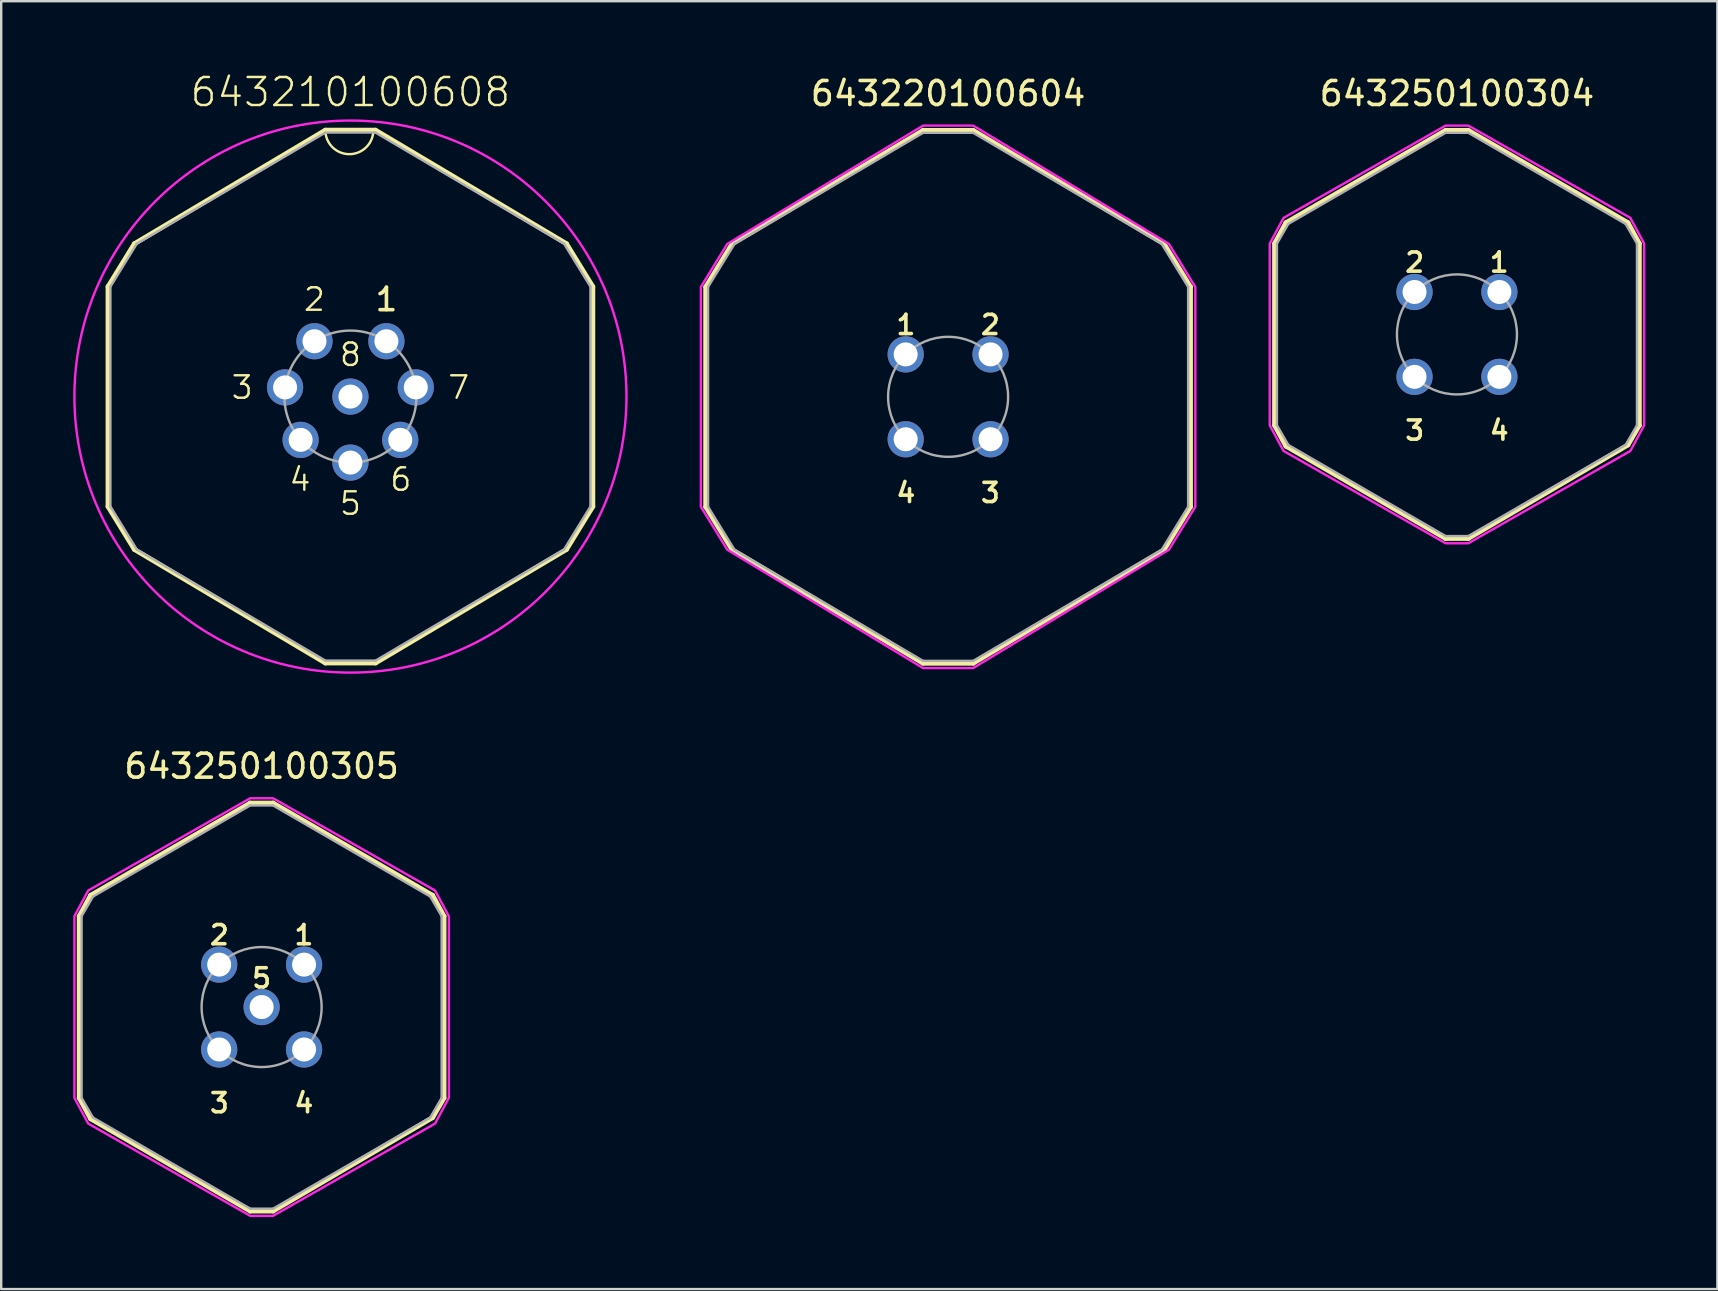
<source format=kicad_pcb>
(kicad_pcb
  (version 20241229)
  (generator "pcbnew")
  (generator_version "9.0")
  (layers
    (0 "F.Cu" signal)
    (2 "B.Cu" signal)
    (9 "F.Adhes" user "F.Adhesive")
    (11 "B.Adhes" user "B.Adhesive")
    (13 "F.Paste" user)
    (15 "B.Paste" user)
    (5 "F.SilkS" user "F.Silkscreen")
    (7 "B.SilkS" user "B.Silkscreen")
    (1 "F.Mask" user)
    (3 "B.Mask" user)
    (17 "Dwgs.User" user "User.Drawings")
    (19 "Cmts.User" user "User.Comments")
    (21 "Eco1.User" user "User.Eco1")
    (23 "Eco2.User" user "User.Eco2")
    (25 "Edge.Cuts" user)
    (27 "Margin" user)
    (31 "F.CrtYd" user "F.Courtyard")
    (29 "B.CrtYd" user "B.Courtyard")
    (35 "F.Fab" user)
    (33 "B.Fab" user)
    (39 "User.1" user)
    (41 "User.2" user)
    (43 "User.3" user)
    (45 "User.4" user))
  (footprint "643250100304"
    (layer "F.Cu")
    (at 57.651 10.883)
    (property "Reference" "643250100304" (at 0 -10.035 0) (layer "F.SilkS") (effects (font (size 1 1) (thickness 0.15))))
    (attr through_hole)
    (fp_line (start -7.6 -3.785) (end -7.6 3.785) (stroke (width 0.2) (type solid)) (layer "F.SilkS"))
    (fp_line (start -7.6 -3.785) (end -7.125 -4.655) (stroke (width 0.2) (type solid)) (layer "F.SilkS"))
    (fp_line (start -7.6 3.785) (end -7.125 4.655) (stroke (width 0.2) (type solid)) (layer "F.SilkS"))
    (fp_line (start -0.475 -8.5) (end -7.125 -4.655) (stroke (width 0.2) (type solid)) (layer "F.SilkS"))
    (fp_line (start -0.475 -8.5) (end 0.475 -8.5) (stroke (width 0.2) (type solid)) (layer "F.SilkS"))
    (fp_line (start -0.475 8.5) (end -7.125 4.655) (stroke (width 0.2) (type solid)) (layer "F.SilkS"))
    (fp_line (start 0.475 -8.5) (end 7.125 -4.655) (stroke (width 0.2) (type solid)) (layer "F.SilkS"))
    (fp_line (start 0.475 8.5) (end -0.475 8.5) (stroke (width 0.2) (type solid)) (layer "F.SilkS"))
    (fp_line (start 0.475 8.5) (end 7.125 4.605) (stroke (width 0.2) (type solid)) (layer "F.SilkS"))
    (fp_line (start 7.6 -3.785) (end 7.125 -4.655) (stroke (width 0.2) (type solid)) (layer "F.SilkS"))
    (fp_line (start 7.6 -3.785) (end 7.6 3.785) (stroke (width 0.2) (type solid)) (layer "F.SilkS"))
    (fp_line (start 7.6 3.785) (end 7.125 4.605) (stroke (width 0.2) (type solid)) (layer "F.SilkS"))
    (fp_poly (pts (xy -7.8 -3.785) (xy -7.8 3.785) (xy -7.225 4.855) (xy -0.475 8.7) (xy 0.475 8.7) (xy 7.225 4.855) (xy 7.8 3.785) (xy 7.8 -3.785) (xy 7.225 -4.855) (xy 0.475 -8.7) (xy -0.475 -8.7) (xy -7.225 -4.855)) (stroke (width 0.1) (type solid)) (fill no) (layer "F.CrtYd"))
    (fp_line (start -7.5 -3.785) (end -7.5 3.785) (stroke (width 0.1) (type solid)) (layer "F.Fab"))
    (fp_line (start -7.5 -3.785) (end -7.025 -4.605) (stroke (width 0.1) (type solid)) (layer "F.Fab"))
    (fp_line (start -7.5 3.785) (end -7.025 4.605) (stroke (width 0.1) (type solid)) (layer "F.Fab"))
    (fp_line (start -0.475 -8.4) (end -7.025 -4.605) (stroke (width 0.1) (type solid)) (layer "F.Fab"))
    (fp_line (start -0.475 -8.4) (end 0.475 -8.4) (stroke (width 0.1) (type solid)) (layer "F.Fab"))
    (fp_line (start -0.475 8.4) (end -7.025 4.605) (stroke (width 0.1) (type solid)) (layer "F.Fab"))
    (fp_line (start 0.475 -8.4) (end 7.025 -4.605) (stroke (width 0.1) (type solid)) (layer "F.Fab"))
    (fp_line (start 0.475 8.4) (end -0.475 8.4) (stroke (width 0.1) (type solid)) (layer "F.Fab"))
    (fp_line (start 0.475 8.4) (end 7.025 4.605) (stroke (width 0.1) (type solid)) (layer "F.Fab"))
    (fp_line (start 7.5 -3.785) (end 7.025 -4.605) (stroke (width 0.1) (type solid)) (layer "F.Fab"))
    (fp_line (start 7.5 -3.785) (end 7.5 3.785) (stroke (width 0.1) (type solid)) (layer "F.Fab"))
    (fp_line (start 7.5 3.785) (end 7.025 4.605) (stroke (width 0.1) (type solid)) (layer "F.Fab"))
    (fp_circle (center 0 0) (end 2.5 0) (stroke (width 0.1) (type solid)) (fill no) (layer "F.Fab"))
    (fp_text user "4" (at 1.76 4 0) (layer "F.SilkS") (effects (font (size 0.8 0.8) (thickness 0.15))))
    (fp_text user "1" (at 1.76 -3 0) (layer "F.SilkS") (effects (font (size 0.8 0.8) (thickness 0.15))))
    (fp_text user "2" (at -1.76 -3 0) (layer "F.SilkS") (effects (font (size 0.8 0.8) (thickness 0.15))))
    (fp_text user "3" (at -1.76 4 0) (layer "F.SilkS") (effects (font (size 0.8 0.8) (thickness 0.15))))
    (pad "1" thru_hole circle (at 1.768 -1.768) (size 1.508 1.508) (drill 1) (layers "*.Cu" "*.Mask"))
    (pad "2" thru_hole circle (at -1.768 -1.768) (size 1.508 1.508) (drill 1) (layers "*.Cu" "*.Mask"))
    (pad "3" thru_hole circle (at -1.768 1.768) (size 1.508 1.508) (drill 1) (layers "*.Cu" "*.Mask"))
    (pad "4" thru_hole circle (at 1.768 1.768) (size 1.508 1.508) (drill 1) (layers "*.Cu" "*.Mask")))
  (footprint "643250100305"
    (layer "F.Cu")
    (at 7.85 38.907)
    (property "Reference" "643250100305" (at 0 -10.035 0) (layer "F.SilkS") (effects (font (size 1 1) (thickness 0.15))))
    (attr through_hole)
    (fp_line (start -7.6 -3.785) (end -7.6 3.785) (stroke (width 0.2) (type solid)) (layer "F.SilkS"))
    (fp_line (start -7.6 -3.785) (end -7.125 -4.655) (stroke (width 0.2) (type solid)) (layer "F.SilkS"))
    (fp_line (start -7.6 3.785) (end -7.125 4.655) (stroke (width 0.2) (type solid)) (layer "F.SilkS"))
    (fp_line (start -0.475 -8.5) (end -7.125 -4.655) (stroke (width 0.2) (type solid)) (layer "F.SilkS"))
    (fp_line (start -0.475 -8.5) (end 0.475 -8.5) (stroke (width 0.2) (type solid)) (layer "F.SilkS"))
    (fp_line (start -0.475 8.5) (end -7.125 4.655) (stroke (width 0.2) (type solid)) (layer "F.SilkS"))
    (fp_line (start 0.475 -8.5) (end 7.125 -4.655) (stroke (width 0.2) (type solid)) (layer "F.SilkS"))
    (fp_line (start 0.475 8.5) (end -0.475 8.5) (stroke (width 0.2) (type solid)) (layer "F.SilkS"))
    (fp_line (start 0.475 8.5) (end 7.125 4.605) (stroke (width 0.2) (type solid)) (layer "F.SilkS"))
    (fp_line (start 7.6 -3.785) (end 7.125 -4.655) (stroke (width 0.2) (type solid)) (layer "F.SilkS"))
    (fp_line (start 7.6 -3.785) (end 7.6 3.785) (stroke (width 0.2) (type solid)) (layer "F.SilkS"))
    (fp_line (start 7.6 3.785) (end 7.125 4.605) (stroke (width 0.2) (type solid)) (layer "F.SilkS"))
    (fp_poly (pts (xy -7.8 -3.785) (xy -7.8 3.785) (xy -7.225 4.855) (xy -0.475 8.7) (xy 0.475 8.7) (xy 7.225 4.855) (xy 7.8 3.785) (xy 7.8 -3.785) (xy 7.225 -4.855) (xy 0.475 -8.7) (xy -0.475 -8.7) (xy -7.225 -4.855)) (stroke (width 0.1) (type solid)) (fill no) (layer "F.CrtYd"))
    (fp_line (start -7.5 -3.785) (end -7.5 3.785) (stroke (width 0.1) (type solid)) (layer "F.Fab"))
    (fp_line (start -7.5 -3.785) (end -7.025 -4.605) (stroke (width 0.1) (type solid)) (layer "F.Fab"))
    (fp_line (start -7.5 3.785) (end -7.025 4.605) (stroke (width 0.1) (type solid)) (layer "F.Fab"))
    (fp_line (start -0.475 -8.4) (end -7.025 -4.605) (stroke (width 0.1) (type solid)) (layer "F.Fab"))
    (fp_line (start -0.475 -8.4) (end 0.475 -8.4) (stroke (width 0.1) (type solid)) (layer "F.Fab"))
    (fp_line (start -0.475 8.4) (end -7.025 4.605) (stroke (width 0.1) (type solid)) (layer "F.Fab"))
    (fp_line (start 0.475 -8.4) (end 7.025 -4.605) (stroke (width 0.1) (type solid)) (layer "F.Fab"))
    (fp_line (start 0.475 8.4) (end -0.475 8.4) (stroke (width 0.1) (type solid)) (layer "F.Fab"))
    (fp_line (start 0.475 8.4) (end 7.025 4.605) (stroke (width 0.1) (type solid)) (layer "F.Fab"))
    (fp_line (start 7.5 -3.785) (end 7.025 -4.605) (stroke (width 0.1) (type solid)) (layer "F.Fab"))
    (fp_line (start 7.5 -3.785) (end 7.5 3.785) (stroke (width 0.1) (type solid)) (layer "F.Fab"))
    (fp_line (start 7.5 3.785) (end 7.025 4.605) (stroke (width 0.1) (type solid)) (layer "F.Fab"))
    (fp_circle (center 0 0) (end 2.5 0) (stroke (width 0.1) (type solid)) (fill no) (layer "F.Fab"))
    (fp_text user "3" (at -1.76 4 0) (layer "F.SilkS") (effects (font (size 0.8 0.8) (thickness 0.15))))
    (fp_text user "5" (at 0 -1.2 0) (layer "F.SilkS") (effects (font (size 0.8 0.8) (thickness 0.15))))
    (fp_text user "4" (at 1.76 4 0) (layer "F.SilkS") (effects (font (size 0.8 0.8) (thickness 0.15))))
    (fp_text user "2" (at -1.76 -3 0) (layer "F.SilkS") (effects (font (size 0.8 0.8) (thickness 0.15))))
    (fp_text user "1" (at 1.76 -3 0) (layer "F.SilkS") (effects (font (size 0.8 0.8) (thickness 0.15))))
    (pad "1" thru_hole circle (at 1.768 -1.768) (size 1.508 1.508) (drill 1) (layers "*.Cu" "*.Mask"))
    (pad "2" thru_hole circle (at -1.768 -1.768) (size 1.508 1.508) (drill 1) (layers "*.Cu" "*.Mask"))
    (pad "3" thru_hole circle (at -1.768 1.768) (size 1.508 1.508) (drill 1) (layers "*.Cu" "*.Mask"))
    (pad "4" thru_hole circle (at 1.768 1.768) (size 1.508 1.508) (drill 1) (layers "*.Cu" "*.Mask"))
    (pad "5" thru_hole circle (at 0 0) (size 1.508 1.508) (drill 1) (layers "*.Cu" "*.Mask")))
  (footprint "643210100608"
    (layer "F.Cu")
    (at 11.55 13.473)
    (property "Reference" "643210100608" (at 0 -12 0) (layer "F.SilkS") (effects (font (size 1.168 1.168) (thickness 0.102)) (justify bottom)))
    (fp_line (start -10.1 -4.58) (end -10.1 4.58) (stroke (width 0.2) (type solid)) (layer "F.SilkS"))
    (fp_line (start -10.1 -4.58) (end -9 -6.37) (stroke (width 0.2) (type solid)) (layer "F.SilkS"))
    (fp_line (start -10.1 4.58) (end -9 6.37) (stroke (width 0.2) (type solid)) (layer "F.SilkS"))
    (fp_line (start -1.045 -11.1) (end -9 -6.37) (stroke (width 0.2) (type solid)) (layer "F.SilkS"))
    (fp_line (start -1.045 -11.1) (end 1.045 -11.1) (stroke (width 0.2) (type solid)) (layer "F.SilkS"))
    (fp_line (start -1.045 11.1) (end -9 6.37) (stroke (width 0.2) (type solid)) (layer "F.SilkS"))
    (fp_line (start 1.045 -11.1) (end 9 -6.37) (stroke (width 0.2) (type solid)) (layer "F.SilkS"))
    (fp_line (start 1.045 11.1) (end -1.045 11.1) (stroke (width 0.2) (type solid)) (layer "F.SilkS"))
    (fp_line (start 1.045 11.1) (end 9 6.37) (stroke (width 0.2) (type solid)) (layer "F.SilkS"))
    (fp_line (start 10.1 -4.58) (end 9 -6.37) (stroke (width 0.2) (type solid)) (layer "F.SilkS"))
    (fp_line (start 10.1 -4.58) (end 10.1 4.58) (stroke (width 0.2) (type solid)) (layer "F.SilkS"))
    (fp_line (start 10.1 4.58) (end 9 6.37) (stroke (width 0.2) (type solid)) (layer "F.SilkS"))
    (fp_arc (start 0.955 -11.1) (mid -0.045 -10.1) (end -1.045 -11.1) (stroke (width 0.1) (type default)) (layer "F.SilkS"))
    (fp_circle (center 0 0) (end 11.5 -0.1) (stroke (width 0.1) (type default)) (fill no) (layer "F.CrtYd"))
    (fp_line (start -10 -4.58) (end -10 4.58) (stroke (width 0.1) (type solid)) (layer "F.Fab"))
    (fp_line (start -10 -4.58) (end -8.9 -6.37) (stroke (width 0.1) (type solid)) (layer "F.Fab"))
    (fp_line (start -10 4.58) (end -8.9 6.37) (stroke (width 0.1) (type solid)) (layer "F.Fab"))
    (fp_line (start -1.045 -11) (end -8.9 -6.37) (stroke (width 0.1) (type solid)) (layer "F.Fab"))
    (fp_line (start -1.045 -11) (end 1.045 -11) (stroke (width 0.1) (type solid)) (layer "F.Fab"))
    (fp_line (start -1.045 11) (end -8.9 6.37) (stroke (width 0.1) (type solid)) (layer "F.Fab"))
    (fp_line (start 1.045 -11) (end 8.9 -6.37) (stroke (width 0.1) (type solid)) (layer "F.Fab"))
    (fp_line (start 1.045 11) (end -1.045 11) (stroke (width 0.1) (type solid)) (layer "F.Fab"))
    (fp_line (start 1.045 11) (end 8.9 6.37) (stroke (width 0.1) (type solid)) (layer "F.Fab"))
    (fp_line (start 10 -4.58) (end 8.9 -6.37) (stroke (width 0.1) (type solid)) (layer "F.Fab"))
    (fp_line (start 10 -4.58) (end 10 4.58) (stroke (width 0.1) (type solid)) (layer "F.Fab"))
    (fp_line (start 10 4.58) (end 8.9 6.37) (stroke (width 0.1) (type solid)) (layer "F.Fab"))
    (fp_circle (center 0 0) (end 2.75 0) (stroke (width 0.1) (type solid)) (fill no) (layer "F.Fab"))
    (fp_text user "3" (at -4 -0.38 0) (layer "F.SilkS") (effects (font (size 0.935 0.935) (thickness 0.1)) (justify right)))
    (fp_text user "8" (at 0 -1.2 0) (layer "F.SilkS") (effects (font (size 0.935 0.935) (thickness 0.1)) (justify bottom)))
    (fp_text user "7" (at 4 -0.38 0) (layer "F.SilkS") (effects (font (size 0.935 0.935) (thickness 0.1)) (justify left)))
    (fp_text user "5" (at 0 5 0) (layer "F.SilkS") (effects (font (size 0.935 0.935) (thickness 0.1)) (justify bottom)))
    (fp_text user "1" (at 1.5 -3.5 0) (layer "F.SilkS") (effects (font (size 0.935 0.935) (thickness 0.15)) (justify bottom)))
    (fp_text user "6" (at 2.1 4 0) (layer "F.SilkS") (effects (font (size 0.935 0.935) (thickness 0.1)) (justify bottom)))
    (fp_text user "4" (at -2.1 4 0) (layer "F.SilkS") (effects (font (size 0.935 0.935) (thickness 0.1)) (justify bottom)))
    (fp_text user "2" (at -1.5 -3.5 0) (layer "F.SilkS") (effects (font (size 0.935 0.935) (thickness 0.1)) (justify bottom)))
    (pad "1" thru_hole circle (at 1.498 -2.306) (size 1.508 1.508) (drill 1) (layers "*.Cu" "*.Mask"))
    (pad "2" thru_hole circle (at -1.498 -2.306) (size 1.508 1.508) (drill 1) (layers "*.Cu" "*.Mask"))
    (pad "3" thru_hole circle (at -2.723 -0.383) (size 1.508 1.508) (drill 1) (layers "*.Cu" "*.Mask"))
    (pad "4" thru_hole circle (at -2.075 1.804) (size 1.508 1.508) (drill 1) (layers "*.Cu" "*.Mask"))
    (pad "5" thru_hole circle (at 0 2.75 180) (size 1.508 1.508) (drill 1) (layers "*.Cu" "*.Mask"))
    (pad "6" thru_hole circle (at 2.075 1.804) (size 1.508 1.508) (drill 1) (layers "*.Cu" "*.Mask"))
    (pad "7" thru_hole circle (at 2.723 -0.383) (size 1.508 1.508) (drill 1) (layers "*.Cu" "*.Mask"))
    (pad "8" thru_hole circle (at 0 0) (size 1.508 1.508) (drill 1) (layers "*.Cu" "*.Mask")))
  (footprint "643220100604"
    (layer "F.Cu")
    (at 36.451 13.483)
    (property "Reference" "643220100604" (at 0 -12.635 0) (layer "F.SilkS") (effects (font (size 1 1) (thickness 0.15))))
    (attr through_hole)
    (fp_line (start -10.1 -4.58) (end -10.1 4.58) (stroke (width 0.2) (type solid)) (layer "F.SilkS"))
    (fp_line (start -10.1 -4.58) (end -9 -6.37) (stroke (width 0.2) (type solid)) (layer "F.SilkS"))
    (fp_line (start -10.1 4.58) (end -9 6.37) (stroke (width 0.2) (type solid)) (layer "F.SilkS"))
    (fp_line (start -1.045 -11.1) (end -9 -6.37) (stroke (width 0.2) (type solid)) (layer "F.SilkS"))
    (fp_line (start -1.045 -11.1) (end 1.045 -11.1) (stroke (width 0.2) (type solid)) (layer "F.SilkS"))
    (fp_line (start -1.045 11.1) (end -9 6.37) (stroke (width 0.2) (type solid)) (layer "F.SilkS"))
    (fp_line (start 1.045 -11.1) (end 9 -6.37) (stroke (width 0.2) (type solid)) (layer "F.SilkS"))
    (fp_line (start 1.045 11.1) (end -1.045 11.1) (stroke (width 0.2) (type solid)) (layer "F.SilkS"))
    (fp_line (start 1.045 11.1) (end 9 6.37) (stroke (width 0.2) (type solid)) (layer "F.SilkS"))
    (fp_line (start 10.1 -4.58) (end 9 -6.37) (stroke (width 0.2) (type solid)) (layer "F.SilkS"))
    (fp_line (start 10.1 -4.58) (end 10.1 4.58) (stroke (width 0.2) (type solid)) (layer "F.SilkS"))
    (fp_line (start 10.1 4.58) (end 9 6.37) (stroke (width 0.2) (type solid)) (layer "F.SilkS"))
    (fp_poly (pts (xy -10.3 -4.58) (xy -10.3 4.58) (xy -9.2 6.37) (xy -1.045 11.3) (xy 1.045 11.3) (xy 9.2 6.37) (xy 10.3 4.58) (xy 10.3 -4.58) (xy 9.2 -6.37) (xy 1.045 -11.3) (xy -1.045 -11.3) (xy -9.2 -6.37)) (stroke (width 0.1) (type solid)) (fill no) (layer "F.CrtYd"))
    (fp_line (start -10 -4.58) (end -10 4.58) (stroke (width 0.1) (type solid)) (layer "F.Fab"))
    (fp_line (start -10 -4.58) (end -8.9 -6.37) (stroke (width 0.1) (type solid)) (layer "F.Fab"))
    (fp_line (start -10 4.58) (end -8.9 6.37) (stroke (width 0.1) (type solid)) (layer "F.Fab"))
    (fp_line (start -1.045 -11) (end -8.9 -6.37) (stroke (width 0.1) (type solid)) (layer "F.Fab"))
    (fp_line (start -1.045 -11) (end 1.045 -11) (stroke (width 0.1) (type solid)) (layer "F.Fab"))
    (fp_line (start -1.045 11) (end -8.9 6.37) (stroke (width 0.1) (type solid)) (layer "F.Fab"))
    (fp_line (start 1.045 -11) (end 8.9 -6.37) (stroke (width 0.1) (type solid)) (layer "F.Fab"))
    (fp_line (start 1.045 11) (end -1.045 11) (stroke (width 0.1) (type solid)) (layer "F.Fab"))
    (fp_line (start 1.045 11) (end 8.9 6.37) (stroke (width 0.1) (type solid)) (layer "F.Fab"))
    (fp_line (start 10 -4.58) (end 8.9 -6.37) (stroke (width 0.1) (type solid)) (layer "F.Fab"))
    (fp_line (start 10 -4.58) (end 10 4.58) (stroke (width 0.1) (type solid)) (layer "F.Fab"))
    (fp_line (start 10 4.58) (end 8.9 6.37) (stroke (width 0.1) (type solid)) (layer "F.Fab"))
    (fp_circle (center 0 0) (end 2.5 0) (stroke (width 0.1) (type solid)) (fill no) (layer "F.Fab"))
    (fp_text user "1" (at -1.76 -3 0) (layer "F.SilkS") (effects (font (size 0.8 0.8) (thickness 0.15))))
    (fp_text user "3" (at 1.76 4 0) (layer "F.SilkS") (effects (font (size 0.8 0.8) (thickness 0.15))))
    (fp_text user "2" (at 1.76 -3 0) (layer "F.SilkS") (effects (font (size 0.8 0.8) (thickness 0.15))))
    (fp_text user "4" (at -1.76 4 0) (layer "F.SilkS") (effects (font (size 0.8 0.8) (thickness 0.15))))
    (pad "1" thru_hole circle (at -1.768 -1.768) (size 1.508 1.508) (drill 1) (layers "*.Cu" "*.Mask"))
    (pad "2" thru_hole circle (at 1.768 -1.768) (size 1.508 1.508) (drill 1) (layers "*.Cu" "*.Mask"))
    (pad "3" thru_hole circle (at 1.768 1.768) (size 1.508 1.508) (drill 1) (layers "*.Cu" "*.Mask"))
    (pad "4" thru_hole circle (at -1.768 1.768) (size 1.508 1.508) (drill 1) (layers "*.Cu" "*.Mask")))
  (gr_rect
    (start -3 -3)
    (end 68.501 50.657)
    (stroke (width 0.1) (type default))
    (fill no)
    (layer "Edge.Cuts")))
</source>
